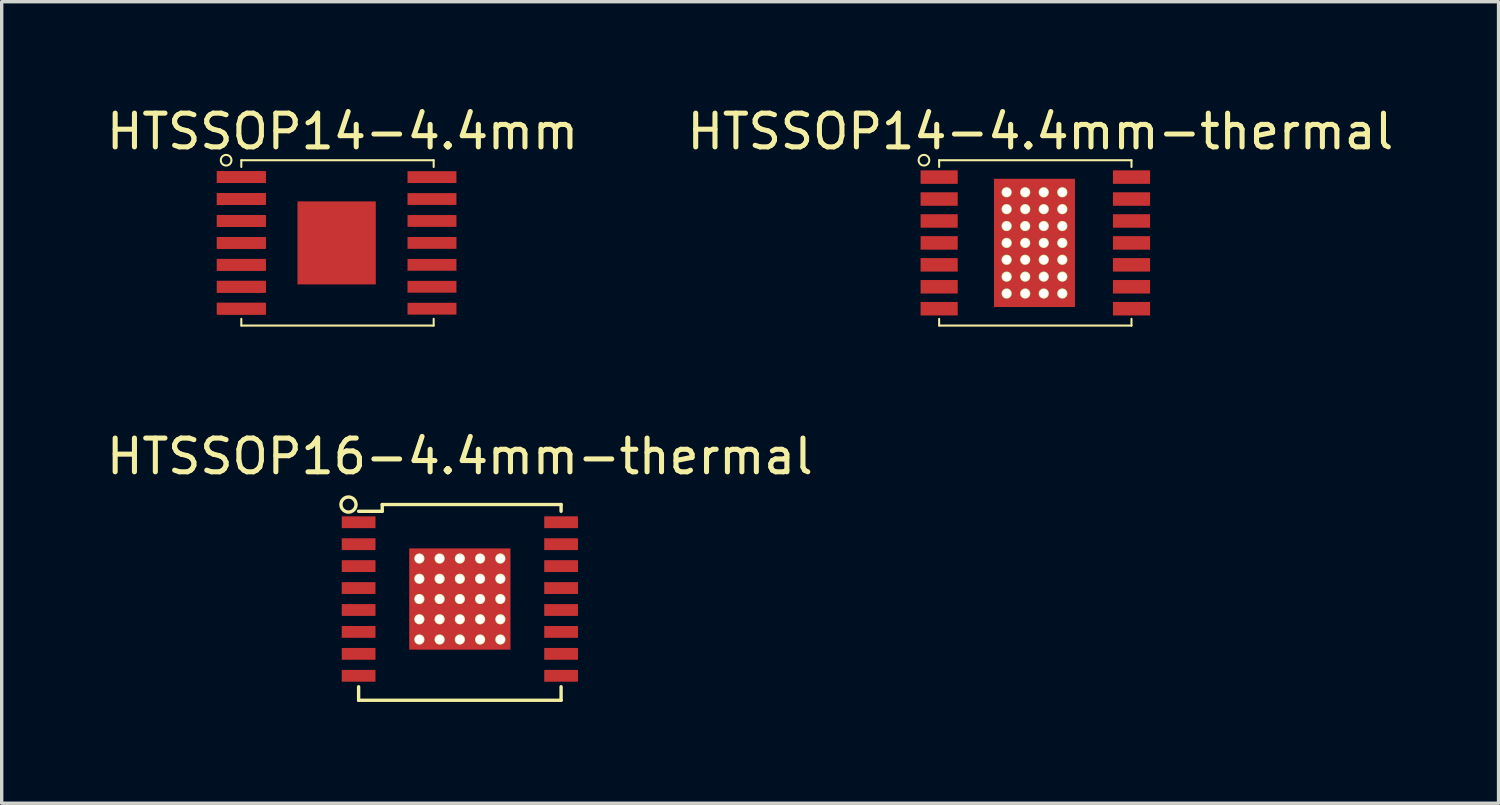
<source format=kicad_pcb>
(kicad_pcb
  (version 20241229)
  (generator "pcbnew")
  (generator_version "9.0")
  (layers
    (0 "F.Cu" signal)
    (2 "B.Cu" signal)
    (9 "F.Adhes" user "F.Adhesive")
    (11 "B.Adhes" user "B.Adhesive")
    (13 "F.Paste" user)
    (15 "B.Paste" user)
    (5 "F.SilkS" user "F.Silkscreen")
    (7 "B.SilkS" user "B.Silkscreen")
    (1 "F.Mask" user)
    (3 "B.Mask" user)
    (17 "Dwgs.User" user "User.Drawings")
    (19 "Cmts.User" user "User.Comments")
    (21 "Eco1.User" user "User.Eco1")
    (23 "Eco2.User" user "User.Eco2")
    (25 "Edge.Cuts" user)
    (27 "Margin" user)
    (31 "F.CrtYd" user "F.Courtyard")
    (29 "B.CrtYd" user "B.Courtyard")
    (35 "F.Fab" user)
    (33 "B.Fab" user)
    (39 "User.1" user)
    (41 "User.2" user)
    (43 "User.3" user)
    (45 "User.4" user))
  (footprint "HTSSOP16-4.4mm-thermal"
    (layer "F.Cu")
    (at 10.577 14.701)
    (property "Reference" "HTSSOP16-4.4mm-thermal" (at 0 -4.225 0) (layer "F.SilkS") (effects (font (size 1 1) (thickness 0.15))))
    (attr smd)
    (fp_line (start -3 -2.6) (end -2.3 -2.6) (stroke (width 0.1) (type solid)) (layer "F.SilkS"))
    (fp_line (start -3 2.6) (end -3 3) (stroke (width 0.1) (type solid)) (layer "F.SilkS"))
    (fp_line (start -3 3) (end 3 3) (stroke (width 0.1) (type solid)) (layer "F.SilkS"))
    (fp_line (start -2.3 -2.8) (end 3 -2.8) (stroke (width 0.1) (type solid)) (layer "F.SilkS"))
    (fp_line (start -2.3 -2.6) (end -2.3 -2.8) (stroke (width 0.1) (type solid)) (layer "F.SilkS"))
    (fp_line (start 3 -2.8) (end 3 -2.6) (stroke (width 0.1) (type solid)) (layer "F.SilkS"))
    (fp_line (start 3 3) (end 3 2.6) (stroke (width 0.1) (type solid)) (layer "F.SilkS"))
    (fp_circle (center -3.3 -2.8) (end -3.1 -2.7) (stroke (width 0.1) (type solid)) (fill no) (layer "F.SilkS"))
    (pad "1" smd rect (at -3 -2.275) (size 1 0.35) (layers "F.Cu" "F.Mask" "F.Paste"))
    (pad "2" smd rect (at -3 -1.625) (size 1 0.35) (layers "F.Cu" "F.Mask" "F.Paste"))
    (pad "3" smd rect (at -3 -0.975) (size 1 0.35) (layers "F.Cu" "F.Mask" "F.Paste"))
    (pad "4" smd rect (at -3 -0.325) (size 1 0.35) (layers "F.Cu" "F.Mask" "F.Paste"))
    (pad "5" smd rect (at -3 0.325) (size 1 0.35) (layers "F.Cu" "F.Mask" "F.Paste"))
    (pad "6" smd rect (at -3 0.975) (size 1 0.35) (layers "F.Cu" "F.Mask" "F.Paste"))
    (pad "7" smd rect (at -3 1.625) (size 1 0.35) (layers "F.Cu" "F.Mask" "F.Paste"))
    (pad "8" smd rect (at -3 2.275) (size 1 0.35) (layers "F.Cu" "F.Mask" "F.Paste"))
    (pad "9" smd rect (at 3 2.275) (size 1 0.35) (layers "F.Cu" "F.Mask" "F.Paste"))
    (pad "10" smd rect (at 3 1.625) (size 1 0.35) (layers "F.Cu" "F.Mask" "F.Paste"))
    (pad "11" smd rect (at 3 0.975) (size 1 0.35) (layers "F.Cu" "F.Mask" "F.Paste"))
    (pad "12" smd rect (at 3 0.325) (size 1 0.35) (layers "F.Cu" "F.Mask" "F.Paste"))
    (pad "13" smd rect (at 3 -0.325) (size 1 0.35) (layers "F.Cu" "F.Mask" "F.Paste"))
    (pad "14" smd rect (at 3 -0.975) (size 1 0.35) (layers "F.Cu" "F.Mask" "F.Paste"))
    (pad "15" smd rect (at 3 -1.625) (size 1 0.35) (layers "F.Cu" "F.Mask" "F.Paste"))
    (pad "16" smd rect (at 3 -2.275) (size 1 0.35) (layers "F.Cu" "F.Mask" "F.Paste"))
    (pad "17" thru_hole circle (at -1.2 -1.2) (size 0.3 0.3) (drill 0.25) (layers "*.Cu" "F.Mask" "F.SilkS"))
    (pad "17" thru_hole circle (at -1.2 -0.6) (size 0.3 0.3) (drill 0.25) (layers "*.Cu" "F.Mask" "F.SilkS"))
    (pad "17" thru_hole circle (at -1.2 0) (size 0.3 0.3) (drill 0.25) (layers "*.Cu" "F.Mask" "F.SilkS"))
    (pad "17" thru_hole circle (at -1.2 0.6) (size 0.3 0.3) (drill 0.25) (layers "*.Cu" "F.Mask" "F.SilkS"))
    (pad "17" thru_hole circle (at -1.2 1.2) (size 0.3 0.3) (drill 0.25) (layers "*.Cu" "F.Mask" "F.SilkS"))
    (pad "17" thru_hole circle (at -0.6 -1.2) (size 0.3 0.3) (drill 0.25) (layers "*.Cu" "F.Mask" "F.SilkS"))
    (pad "17" thru_hole circle (at -0.6 -0.6) (size 0.3 0.3) (drill 0.25) (layers "*.Cu" "F.Mask" "F.SilkS"))
    (pad "17" thru_hole circle (at -0.6 0) (size 0.3 0.3) (drill 0.25) (layers "*.Cu" "F.Mask" "F.SilkS"))
    (pad "17" thru_hole circle (at -0.6 0.6) (size 0.3 0.3) (drill 0.25) (layers "*.Cu" "F.Mask" "F.SilkS"))
    (pad "17" thru_hole circle (at -0.6 1.2) (size 0.3 0.3) (drill 0.25) (layers "*.Cu" "F.Mask" "F.SilkS"))
    (pad "17" thru_hole circle (at 0 -1.2) (size 0.3 0.3) (drill 0.25) (layers "*.Cu" "F.Mask" "F.SilkS"))
    (pad "17" thru_hole circle (at 0 -0.6) (size 0.3 0.3) (drill 0.25) (layers "*.Cu" "F.Mask" "F.SilkS"))
    (pad "17" thru_hole circle (at 0 0) (size 0.3 0.3) (drill 0.25) (layers "*.Cu" "F.Mask" "F.SilkS"))
    (pad "17" smd rect (at 0 0) (size 3 3) (layers "F.Cu" "F.Mask" "F.Paste"))
    (pad "17" thru_hole circle (at 0 0.6) (size 0.3 0.3) (drill 0.25) (layers "*.Cu" "F.Mask" "F.SilkS"))
    (pad "17" thru_hole circle (at 0 1.2) (size 0.3 0.3) (drill 0.25) (layers "*.Cu" "F.Mask" "F.SilkS"))
    (pad "17" thru_hole circle (at 0.6 -1.2) (size 0.3 0.3) (drill 0.25) (layers "*.Cu" "F.Mask" "F.SilkS"))
    (pad "17" thru_hole circle (at 0.6 -0.6) (size 0.3 0.3) (drill 0.25) (layers "*.Cu" "F.Mask" "F.SilkS"))
    (pad "17" thru_hole circle (at 0.6 0) (size 0.3 0.3) (drill 0.25) (layers "*.Cu" "F.Mask" "F.SilkS"))
    (pad "17" thru_hole circle (at 0.6 0.6) (size 0.3 0.3) (drill 0.25) (layers "*.Cu" "F.Mask" "F.SilkS"))
    (pad "17" thru_hole circle (at 0.6 1.2) (size 0.3 0.3) (drill 0.25) (layers "*.Cu" "F.Mask" "F.SilkS"))
    (pad "17" thru_hole circle (at 1.2 -1.2) (size 0.3 0.3) (drill 0.25) (layers "*.Cu" "F.Mask" "F.SilkS"))
    (pad "17" thru_hole circle (at 1.2 -0.6) (size 0.3 0.3) (drill 0.25) (layers "*.Cu" "F.Mask" "F.SilkS"))
    (pad "17" thru_hole circle (at 1.2 0) (size 0.3 0.3) (drill 0.25) (layers "*.Cu" "F.Mask" "F.SilkS"))
    (pad "17" thru_hole circle (at 1.2 0.6) (size 0.3 0.3) (drill 0.25) (layers "*.Cu" "F.Mask" "F.SilkS"))
    (pad "17" thru_hole circle (at 1.2 1.2) (size 0.3 0.3) (drill 0.25) (layers "*.Cu" "F.Mask" "F.SilkS")))
  (footprint "HTSSOP14-4.4mm"
    (layer "F.Cu")
    (at 4.101 2.198)
    (property "Reference" "HTSSOP14-4.4mm" (at 3 -1.35 0) (layer "F.SilkS") (effects (font (size 1 1) (thickness 0.15))))
    (attr through_hole)
    (fp_line (start 0 -0.5) (end 5.7 -0.5) (stroke (width 0.06) (type solid)) (layer "F.SilkS"))
    (fp_line (start 0 -0.3) (end 0 -0.5) (stroke (width 0.06) (type solid)) (layer "F.SilkS"))
    (fp_line (start 0 4.2) (end 0 4.4) (stroke (width 0.06) (type solid)) (layer "F.SilkS"))
    (fp_line (start 0 4.4) (end 5.7 4.4) (stroke (width 0.06) (type solid)) (layer "F.SilkS"))
    (fp_line (start 5.7 -0.5) (end 5.7 -0.3) (stroke (width 0.06) (type solid)) (layer "F.SilkS"))
    (fp_line (start 5.7 4.4) (end 5.7 4.2) (stroke (width 0.06) (type solid)) (layer "F.SilkS"))
    (fp_circle (center -0.45 -0.5) (end -0.4 -0.35) (stroke (width 0.06) (type solid)) (fill no) (layer "F.SilkS"))
    (pad "1" smd rect (at 0 0) (size 1.45 0.35) (layers "F.Cu" "F.Mask" "F.Paste"))
    (pad "1" smd rect (at 0 0) (size 1.45 0.35) (layers "F.Cu" "F.Mask" "F.Paste"))
    (pad "2" smd rect (at 0 0.65) (size 1.45 0.35) (layers "F.Cu" "F.Mask" "F.Paste"))
    (pad "2" smd rect (at 0 0.65) (size 1.45 0.35) (layers "F.Cu" "F.Mask" "F.Paste"))
    (pad "3" smd rect (at 0 1.3) (size 1.45 0.35) (layers "F.Cu" "F.Mask" "F.Paste"))
    (pad "3" smd rect (at 0 1.3) (size 1.45 0.35) (layers "F.Cu" "F.Mask" "F.Paste"))
    (pad "4" smd rect (at 0 1.95) (size 1.45 0.35) (layers "F.Cu" "F.Mask" "F.Paste"))
    (pad "4" smd rect (at 0 1.95) (size 1.45 0.35) (layers "F.Cu" "F.Mask" "F.Paste"))
    (pad "5" smd rect (at 0 2.6) (size 1.45 0.35) (layers "F.Cu" "F.Mask" "F.Paste"))
    (pad "5" smd rect (at 0 2.6) (size 1.45 0.35) (layers "F.Cu" "F.Mask" "F.Paste"))
    (pad "6" smd rect (at 0 3.25) (size 1.45 0.35) (layers "F.Cu" "F.Mask" "F.Paste"))
    (pad "6" smd rect (at 0 3.25) (size 1.45 0.35) (layers "F.Cu" "F.Mask" "F.Paste"))
    (pad "7" smd rect (at 0 3.9) (size 1.45 0.35) (layers "F.Cu" "F.Mask" "F.Paste"))
    (pad "7" smd rect (at 0 3.9) (size 1.45 0.35) (layers "F.Cu" "F.Mask" "F.Paste"))
    (pad "8" smd rect (at 5.65 3.9) (size 1.45 0.35) (layers "F.Cu" "F.Mask" "F.Paste"))
    (pad "9" smd rect (at 5.65 3.25) (size 1.45 0.35) (layers "F.Cu" "F.Mask" "F.Paste"))
    (pad "10" smd rect (at 5.65 2.6) (size 1.45 0.35) (layers "F.Cu" "F.Mask" "F.Paste"))
    (pad "11" smd rect (at 5.65 1.95) (size 1.45 0.35) (layers "F.Cu" "F.Mask" "F.Paste"))
    (pad "12" smd rect (at 5.65 1.3) (size 1.45 0.35) (layers "F.Cu" "F.Mask" "F.Paste"))
    (pad "13" smd rect (at 5.65 0.65) (size 1.45 0.35) (layers "F.Cu" "F.Mask" "F.Paste"))
    (pad "14" smd rect (at 5.65 0) (size 1.45 0.35) (layers "F.Cu" "F.Mask" "F.Paste"))
    (pad "15" smd rect (at 2.825 1.95) (size 2.32 2.46) (layers "F.Cu" "F.Mask" "F.Paste")))
  (footprint "HTSSOP14-4.4mm-thermal"
    (layer "F.Cu")
    (at 24.78 2.198)
    (property "Reference" "HTSSOP14-4.4mm-thermal" (at 3 -1.35 0) (layer "F.SilkS") (effects (font (size 1 1) (thickness 0.15))))
    (attr smd)
    (fp_line (start 0 -0.5) (end 5.7 -0.5) (stroke (width 0.06) (type solid)) (layer "F.SilkS"))
    (fp_line (start 0 -0.3) (end 0 -0.5) (stroke (width 0.06) (type solid)) (layer "F.SilkS"))
    (fp_line (start 0 4.2) (end 0 4.4) (stroke (width 0.06) (type solid)) (layer "F.SilkS"))
    (fp_line (start 0 4.4) (end 5.7 4.4) (stroke (width 0.06) (type solid)) (layer "F.SilkS"))
    (fp_line (start 5.7 -0.5) (end 5.7 -0.3) (stroke (width 0.06) (type solid)) (layer "F.SilkS"))
    (fp_line (start 5.7 4.4) (end 5.7 4.2) (stroke (width 0.06) (type solid)) (layer "F.SilkS"))
    (fp_circle (center -0.45 -0.5) (end -0.4 -0.35) (stroke (width 0.06) (type solid)) (fill no) (layer "F.SilkS"))
    (pad "1" smd rect (at 0 0) (size 1.1 0.4) (layers "F.Cu" "F.Mask" "F.Paste"))
    (pad "2" smd rect (at 0 0.65) (size 1.1 0.4) (layers "F.Cu" "F.Mask" "F.Paste"))
    (pad "3" smd rect (at 0 1.3) (size 1.1 0.4) (layers "F.Cu" "F.Mask" "F.Paste"))
    (pad "4" smd rect (at 0 1.95) (size 1.1 0.4) (layers "F.Cu" "F.Mask" "F.Paste"))
    (pad "5" smd rect (at 0 2.6) (size 1.1 0.4) (layers "F.Cu" "F.Mask" "F.Paste"))
    (pad "6" smd rect (at 0 3.25) (size 1.1 0.4) (layers "F.Cu" "F.Mask" "F.Paste"))
    (pad "7" smd rect (at 0 3.9) (size 1.1 0.4) (layers "F.Cu" "F.Mask" "F.Paste"))
    (pad "8" smd rect (at 5.7 3.9) (size 1.1 0.4) (layers "F.Cu" "F.Mask" "F.Paste"))
    (pad "9" smd rect (at 5.7 3.25) (size 1.1 0.4) (layers "F.Cu" "F.Mask" "F.Paste"))
    (pad "10" smd rect (at 5.7 2.6) (size 1.1 0.4) (layers "F.Cu" "F.Mask" "F.Paste"))
    (pad "11" smd rect (at 5.7 1.95) (size 1.1 0.4) (layers "F.Cu" "F.Mask" "F.Paste"))
    (pad "12" smd rect (at 5.7 1.3) (size 1.1 0.4) (layers "F.Cu" "F.Mask" "F.Paste"))
    (pad "13" smd rect (at 5.7 0.65) (size 1.1 0.4) (layers "F.Cu" "F.Mask" "F.Paste"))
    (pad "14" smd rect (at 5.7 0) (size 1.1 0.4) (layers "F.Cu" "F.Mask" "F.Paste"))
    (pad "15" thru_hole circle (at 2 0.45) (size 0.3 0.3) (drill 0.25) (layers "*.Cu" "F.Mask" "F.SilkS"))
    (pad "15" thru_hole circle (at 2 0.95) (size 0.3 0.3) (drill 0.25) (layers "*.Cu" "F.Mask" "F.SilkS"))
    (pad "15" thru_hole circle (at 2 1.45) (size 0.3 0.3) (drill 0.25) (layers "*.Cu" "F.Mask" "F.SilkS"))
    (pad "15" thru_hole circle (at 2 1.95) (size 0.3 0.3) (drill 0.25) (layers "*.Cu" "F.Mask" "F.SilkS"))
    (pad "15" thru_hole circle (at 2 2.45) (size 0.3 0.3) (drill 0.25) (layers "*.Cu" "F.Mask" "F.SilkS"))
    (pad "15" thru_hole circle (at 2 2.95) (size 0.3 0.3) (drill 0.25) (layers "*.Cu" "F.Mask" "F.SilkS"))
    (pad "15" thru_hole circle (at 2 3.45) (size 0.3 0.3) (drill 0.25) (layers "*.Cu" "F.Mask" "F.SilkS"))
    (pad "15" thru_hole circle (at 2.55 0.45) (size 0.3 0.3) (drill 0.25) (layers "*.Cu" "F.Mask" "F.SilkS"))
    (pad "15" thru_hole circle (at 2.55 0.95) (size 0.3 0.3) (drill 0.25) (layers "*.Cu" "F.Mask" "F.SilkS"))
    (pad "15" thru_hole circle (at 2.55 1.45) (size 0.3 0.3) (drill 0.25) (layers "*.Cu" "F.Mask" "F.SilkS"))
    (pad "15" thru_hole circle (at 2.55 1.95) (size 0.3 0.3) (drill 0.25) (layers "*.Cu" "F.Mask" "F.SilkS"))
    (pad "15" thru_hole circle (at 2.55 2.45) (size 0.3 0.3) (drill 0.25) (layers "*.Cu" "F.Mask" "F.SilkS"))
    (pad "15" thru_hole circle (at 2.55 2.95) (size 0.3 0.3) (drill 0.25) (layers "*.Cu" "F.Mask" "F.SilkS"))
    (pad "15" thru_hole circle (at 2.55 3.45) (size 0.3 0.3) (drill 0.25) (layers "*.Cu" "F.Mask" "F.SilkS"))
    (pad "15" smd rect (at 2.825 1.95) (size 2.4 3.8) (layers "F.Cu" "F.Mask" "F.Paste"))
    (pad "15" thru_hole circle (at 3.1 0.45) (size 0.3 0.3) (drill 0.25) (layers "*.Cu" "F.Mask" "F.SilkS"))
    (pad "15" thru_hole circle (at 3.1 0.95) (size 0.3 0.3) (drill 0.25) (layers "*.Cu" "F.Mask" "F.SilkS"))
    (pad "15" thru_hole circle (at 3.1 1.45) (size 0.3 0.3) (drill 0.25) (layers "*.Cu" "F.Mask" "F.SilkS"))
    (pad "15" thru_hole circle (at 3.1 1.95) (size 0.3 0.3) (drill 0.25) (layers "*.Cu" "F.Mask" "F.SilkS"))
    (pad "15" thru_hole circle (at 3.1 2.45) (size 0.3 0.3) (drill 0.25) (layers "*.Cu" "F.Mask" "F.SilkS"))
    (pad "15" thru_hole circle (at 3.1 2.95) (size 0.3 0.3) (drill 0.25) (layers "*.Cu" "F.Mask" "F.SilkS"))
    (pad "15" thru_hole circle (at 3.1 3.45) (size 0.3 0.3) (drill 0.25) (layers "*.Cu" "F.Mask" "F.SilkS"))
    (pad "15" thru_hole circle (at 3.65 0.45) (size 0.3 0.3) (drill 0.25) (layers "*.Cu" "F.Mask" "F.SilkS"))
    (pad "15" thru_hole circle (at 3.65 0.95) (size 0.3 0.3) (drill 0.25) (layers "*.Cu" "F.Mask" "F.SilkS"))
    (pad "15" thru_hole circle (at 3.65 1.45) (size 0.3 0.3) (drill 0.25) (layers "*.Cu" "F.Mask" "F.SilkS"))
    (pad "15" thru_hole circle (at 3.65 1.95) (size 0.3 0.3) (drill 0.25) (layers "*.Cu" "F.Mask" "F.SilkS"))
    (pad "15" thru_hole circle (at 3.65 2.45) (size 0.3 0.3) (drill 0.25) (layers "*.Cu" "F.Mask" "F.SilkS"))
    (pad "15" thru_hole circle (at 3.65 2.95) (size 0.3 0.3) (drill 0.25) (layers "*.Cu" "F.Mask" "F.SilkS"))
    (pad "15" thru_hole circle (at 3.65 3.45) (size 0.3 0.3) (drill 0.25) (layers "*.Cu" "F.Mask" "F.SilkS")))
  (gr_rect
    (start -3 -3)
    (end 41.357 20.752)
    (stroke (width 0.1) (type default))
    (fill no)
    (layer "Edge.Cuts")))
</source>
